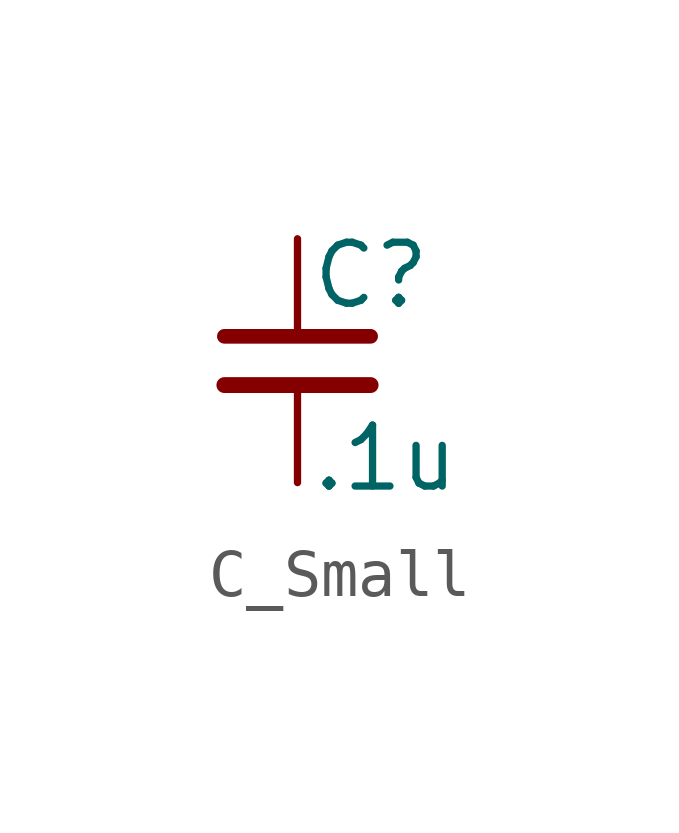
<source format=kicad_sym>
(kicad_symbol_lib
  (version 20220914)
  (generator kicad_symbol_editor)
  (symbol "C_Small"
    (pin_numbers hide)
    (pin_names
      (offset 0.254) hide)
    (property "Reference" "C"
      (at 0.254 1.778 0)
      (effects (font (size 1.27 1.27)) (justify left)))
    (property "Value" ".1u"
      (at 0.254 -2.032 0)
      (effects (font (size 1.27 1.27)) (justify left)))
    (symbol "C_Small_0_1"
      (polyline (pts (xy -1.524 -0.508) (xy 1.524 -0.508)) (stroke (width 0.33) (type default)) (fill (type none)))
      (polyline (pts (xy -1.524 0.508) (xy 1.524 0.508)) (stroke (width 0.305) (type default)) (fill (type none))))
    (symbol "C_Small_1_1"
      (pin passive line (at 0 2.54 270) (length 2.032) (name "~" (effects (font (size 1.27 1.27)))) (number "1" (effects (font (size 1.27 1.27)))))
      (pin passive line (at 0 -2.54 90) (length 2.032) (name "~" (effects (font (size 1.27 1.27)))) (number "2" (effects (font (size 1.27 1.27))))))))
</source>
